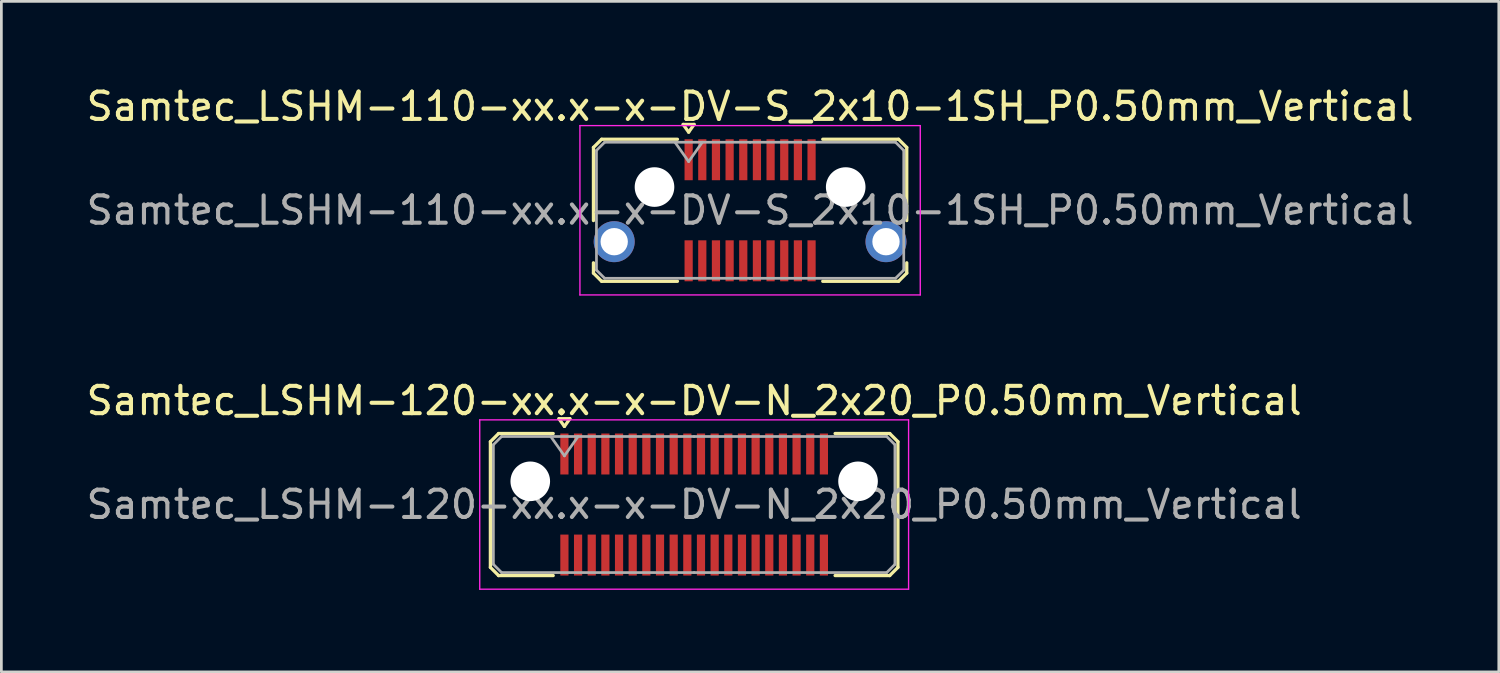
<source format=kicad_pcb>
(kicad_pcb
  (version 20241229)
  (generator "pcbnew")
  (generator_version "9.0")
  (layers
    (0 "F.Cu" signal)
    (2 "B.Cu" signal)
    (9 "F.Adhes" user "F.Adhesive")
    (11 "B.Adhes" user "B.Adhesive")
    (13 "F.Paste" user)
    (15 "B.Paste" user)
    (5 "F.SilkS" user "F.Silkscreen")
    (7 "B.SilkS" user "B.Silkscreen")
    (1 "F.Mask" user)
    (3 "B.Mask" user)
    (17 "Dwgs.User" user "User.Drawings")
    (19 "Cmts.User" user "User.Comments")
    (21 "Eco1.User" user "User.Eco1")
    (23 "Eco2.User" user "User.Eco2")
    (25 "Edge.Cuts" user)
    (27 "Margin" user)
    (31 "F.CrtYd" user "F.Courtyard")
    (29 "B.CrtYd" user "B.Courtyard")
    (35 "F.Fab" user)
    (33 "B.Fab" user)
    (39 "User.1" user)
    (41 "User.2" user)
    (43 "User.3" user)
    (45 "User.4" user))
  (footprint "Samtec_LSHM-110-xx.x-x-DV-S_2x10-1SH_P0.50mm_Vertical"
    (layer "F.Cu")
    (at 24.411 4.648)
    (property "Reference" "Samtec_LSHM-110-xx.x-x-DV-S_2x10-1SH_P0.50mm_Vertical" (at 0 -3.8 0) (layer "F.SilkS") (effects (font (size 1 1) (thickness 0.15))))
    (attr smd)
    (fp_line (start -5.735 -2.3) (end -5.735 0.377) (stroke (width 0.12) (type solid)) (layer "F.SilkS"))
    (fp_line (start -5.735 1.923) (end -5.735 2.3) (stroke (width 0.12) (type solid)) (layer "F.SilkS"))
    (fp_line (start -5.735 2.3) (end -5.435 2.6) (stroke (width 0.12) (type solid)) (layer "F.SilkS"))
    (fp_line (start -5.435 -2.6) (end -5.735 -2.3) (stroke (width 0.12) (type solid)) (layer "F.SilkS"))
    (fp_line (start -5.435 2.6) (end -2.66 2.6) (stroke (width 0.12) (type solid)) (layer "F.SilkS"))
    (fp_line (start -2.66 -2.6) (end -5.435 -2.6) (stroke (width 0.12) (type solid)) (layer "F.SilkS"))
    (fp_line (start -2.45 -3.143) (end -2.05 -3.143) (stroke (width 0.12) (type solid)) (layer "F.SilkS"))
    (fp_line (start -2.25 -2.86) (end -2.45 -3.143) (stroke (width 0.12) (type solid)) (layer "F.SilkS"))
    (fp_line (start -2.05 -3.143) (end -2.25 -2.86) (stroke (width 0.12) (type solid)) (layer "F.SilkS"))
    (fp_line (start 2.66 -2.6) (end 5.435 -2.6) (stroke (width 0.12) (type solid)) (layer "F.SilkS"))
    (fp_line (start 5.435 -2.6) (end 5.735 -2.3) (stroke (width 0.12) (type solid)) (layer "F.SilkS"))
    (fp_line (start 5.435 2.6) (end 2.66 2.6) (stroke (width 0.12) (type solid)) (layer "F.SilkS"))
    (fp_line (start 5.735 -2.3) (end 5.735 0.377) (stroke (width 0.12) (type solid)) (layer "F.SilkS"))
    (fp_line (start 5.735 1.923) (end 5.735 2.3) (stroke (width 0.12) (type solid)) (layer "F.SilkS"))
    (fp_line (start 5.735 2.3) (end 5.435 2.6) (stroke (width 0.12) (type solid)) (layer "F.SilkS"))
    (fp_line (start -6.23 -3.1) (end -6.23 3.1) (stroke (width 0.05) (type solid)) (layer "F.CrtYd"))
    (fp_line (start -6.23 3.1) (end 6.23 3.1) (stroke (width 0.05) (type solid)) (layer "F.CrtYd"))
    (fp_line (start 6.23 -3.1) (end -6.23 -3.1) (stroke (width 0.05) (type solid)) (layer "F.CrtYd"))
    (fp_line (start 6.23 3.1) (end 6.23 -3.1) (stroke (width 0.05) (type solid)) (layer "F.CrtYd"))
    (fp_line (start -5.625 -2.19) (end -5.625 2.19) (stroke (width 0.1) (type solid)) (layer "F.Fab"))
    (fp_line (start -5.625 2.19) (end -5.325 2.49) (stroke (width 0.1) (type solid)) (layer "F.Fab"))
    (fp_line (start -5.325 -2.49) (end -5.625 -2.19) (stroke (width 0.1) (type solid)) (layer "F.Fab"))
    (fp_line (start -5.325 2.49) (end 0 2.49) (stroke (width 0.1) (type solid)) (layer "F.Fab"))
    (fp_line (start -2.75 -2.49) (end -2.25 -1.783) (stroke (width 0.1) (type solid)) (layer "F.Fab"))
    (fp_line (start -2.25 -1.783) (end -1.75 -2.49) (stroke (width 0.1) (type solid)) (layer "F.Fab"))
    (fp_line (start 0 -2.49) (end -5.325 -2.49) (stroke (width 0.1) (type solid)) (layer "F.Fab"))
    (fp_line (start 0 -2.49) (end 5.325 -2.49) (stroke (width 0.1) (type solid)) (layer "F.Fab"))
    (fp_line (start 5.325 -2.49) (end 5.625 -2.19) (stroke (width 0.1) (type solid)) (layer "F.Fab"))
    (fp_line (start 5.325 2.49) (end 0 2.49) (stroke (width 0.1) (type solid)) (layer "F.Fab"))
    (fp_line (start 5.625 -2.19) (end 5.625 2.19) (stroke (width 0.1) (type solid)) (layer "F.Fab"))
    (fp_line (start 5.625 2.19) (end 5.325 2.49) (stroke (width 0.1) (type solid)) (layer "F.Fab"))
    (fp_text user "${REFERENCE}" (at 0 0 0) (layer "F.Fab") (effects (font (size 1 1) (thickness 0.15))))
    (pad "" np_thru_hole circle (at -3.5 -0.85) (size 1.45 1.45) (drill 1.45) (layers "*.Cu" "*.Mask"))
    (pad "" np_thru_hole circle (at 3.5 -0.85) (size 1.45 1.45) (drill 1.45) (layers "*.Cu" "*.Mask"))
    (pad "1" smd rect (at -2.25 -1.85) (size 0.3 1.5) (layers "F.Cu" "F.Mask" "F.Paste"))
    (pad "2" smd rect (at -2.25 1.85) (size 0.3 1.5) (layers "F.Cu" "F.Mask" "F.Paste"))
    (pad "3" smd rect (at -1.75 -1.85) (size 0.3 1.5) (layers "F.Cu" "F.Mask" "F.Paste"))
    (pad "4" smd rect (at -1.75 1.85) (size 0.3 1.5) (layers "F.Cu" "F.Mask" "F.Paste"))
    (pad "5" smd rect (at -1.25 -1.85) (size 0.3 1.5) (layers "F.Cu" "F.Mask" "F.Paste"))
    (pad "6" smd rect (at -1.25 1.85) (size 0.3 1.5) (layers "F.Cu" "F.Mask" "F.Paste"))
    (pad "7" smd rect (at -0.75 -1.85) (size 0.3 1.5) (layers "F.Cu" "F.Mask" "F.Paste"))
    (pad "8" smd rect (at -0.75 1.85) (size 0.3 1.5) (layers "F.Cu" "F.Mask" "F.Paste"))
    (pad "9" smd rect (at -0.25 -1.85) (size 0.3 1.5) (layers "F.Cu" "F.Mask" "F.Paste"))
    (pad "10" smd rect (at -0.25 1.85) (size 0.3 1.5) (layers "F.Cu" "F.Mask" "F.Paste"))
    (pad "11" smd rect (at 0.25 -1.85) (size 0.3 1.5) (layers "F.Cu" "F.Mask" "F.Paste"))
    (pad "12" smd rect (at 0.25 1.85) (size 0.3 1.5) (layers "F.Cu" "F.Mask" "F.Paste"))
    (pad "13" smd rect (at 0.75 -1.85) (size 0.3 1.5) (layers "F.Cu" "F.Mask" "F.Paste"))
    (pad "14" smd rect (at 0.75 1.85) (size 0.3 1.5) (layers "F.Cu" "F.Mask" "F.Paste"))
    (pad "15" smd rect (at 1.25 -1.85) (size 0.3 1.5) (layers "F.Cu" "F.Mask" "F.Paste"))
    (pad "16" smd rect (at 1.25 1.85) (size 0.3 1.5) (layers "F.Cu" "F.Mask" "F.Paste"))
    (pad "17" smd rect (at 1.75 -1.85) (size 0.3 1.5) (layers "F.Cu" "F.Mask" "F.Paste"))
    (pad "18" smd rect (at 1.75 1.85) (size 0.3 1.5) (layers "F.Cu" "F.Mask" "F.Paste"))
    (pad "19" smd rect (at 2.25 -1.85) (size 0.3 1.5) (layers "F.Cu" "F.Mask" "F.Paste"))
    (pad "20" smd rect (at 2.25 1.85) (size 0.3 1.5) (layers "F.Cu" "F.Mask" "F.Paste"))
    (pad "SH" thru_hole circle (at -4.975 1.15) (size 1.5 1.5) (drill 1) (layers "*.Cu" "*.Mask"))
    (pad "SH" thru_hole circle (at 4.975 1.15) (size 1.5 1.5) (drill 1) (layers "*.Cu" "*.Mask")))
  (footprint "Samtec_LSHM-120-xx.x-x-DV-N_2x20_P0.50mm_Vertical"
    (layer "F.Cu")
    (at 22.363 15.421)
    (property "Reference" "Samtec_LSHM-120-xx.x-x-DV-N_2x20_P0.50mm_Vertical" (at 0 -3.8 0) (layer "F.SilkS") (effects (font (size 1 1) (thickness 0.15))))
    (attr smd)
    (fp_line (start -7.46 -2.3) (end -7.46 2.3) (stroke (width 0.12) (type solid)) (layer "F.SilkS"))
    (fp_line (start -7.46 2.3) (end -7.16 2.6) (stroke (width 0.12) (type solid)) (layer "F.SilkS"))
    (fp_line (start -7.16 -2.6) (end -7.46 -2.3) (stroke (width 0.12) (type solid)) (layer "F.SilkS"))
    (fp_line (start -7.16 2.6) (end -5.16 2.6) (stroke (width 0.12) (type solid)) (layer "F.SilkS"))
    (fp_line (start -5.16 -2.6) (end -7.16 -2.6) (stroke (width 0.12) (type solid)) (layer "F.SilkS"))
    (fp_line (start -4.95 -3.143) (end -4.55 -3.143) (stroke (width 0.12) (type solid)) (layer "F.SilkS"))
    (fp_line (start -4.75 -2.86) (end -4.95 -3.143) (stroke (width 0.12) (type solid)) (layer "F.SilkS"))
    (fp_line (start -4.55 -3.143) (end -4.75 -2.86) (stroke (width 0.12) (type solid)) (layer "F.SilkS"))
    (fp_line (start 5.16 -2.6) (end 7.16 -2.6) (stroke (width 0.12) (type solid)) (layer "F.SilkS"))
    (fp_line (start 7.16 -2.6) (end 7.46 -2.3) (stroke (width 0.12) (type solid)) (layer "F.SilkS"))
    (fp_line (start 7.16 2.6) (end 5.16 2.6) (stroke (width 0.12) (type solid)) (layer "F.SilkS"))
    (fp_line (start 7.46 -2.3) (end 7.46 2.3) (stroke (width 0.12) (type solid)) (layer "F.SilkS"))
    (fp_line (start 7.46 2.3) (end 7.16 2.6) (stroke (width 0.12) (type solid)) (layer "F.SilkS"))
    (fp_line (start -7.85 -3.1) (end -7.85 3.1) (stroke (width 0.05) (type solid)) (layer "F.CrtYd"))
    (fp_line (start -7.85 3.1) (end 7.85 3.1) (stroke (width 0.05) (type solid)) (layer "F.CrtYd"))
    (fp_line (start 7.85 -3.1) (end -7.85 -3.1) (stroke (width 0.05) (type solid)) (layer "F.CrtYd"))
    (fp_line (start 7.85 3.1) (end 7.85 -3.1) (stroke (width 0.05) (type solid)) (layer "F.CrtYd"))
    (fp_line (start -7.35 -2.19) (end -7.35 2.19) (stroke (width 0.1) (type solid)) (layer "F.Fab"))
    (fp_line (start -7.35 2.19) (end -7.05 2.49) (stroke (width 0.1) (type solid)) (layer "F.Fab"))
    (fp_line (start -7.05 -2.49) (end -7.35 -2.19) (stroke (width 0.1) (type solid)) (layer "F.Fab"))
    (fp_line (start -7.05 2.49) (end 0 2.49) (stroke (width 0.1) (type solid)) (layer "F.Fab"))
    (fp_line (start -5.25 -2.49) (end -4.75 -1.783) (stroke (width 0.1) (type solid)) (layer "F.Fab"))
    (fp_line (start -4.75 -1.783) (end -4.25 -2.49) (stroke (width 0.1) (type solid)) (layer "F.Fab"))
    (fp_line (start 0 -2.49) (end -7.05 -2.49) (stroke (width 0.1) (type solid)) (layer "F.Fab"))
    (fp_line (start 0 -2.49) (end 7.05 -2.49) (stroke (width 0.1) (type solid)) (layer "F.Fab"))
    (fp_line (start 7.05 -2.49) (end 7.35 -2.19) (stroke (width 0.1) (type solid)) (layer "F.Fab"))
    (fp_line (start 7.05 2.49) (end 0 2.49) (stroke (width 0.1) (type solid)) (layer "F.Fab"))
    (fp_line (start 7.35 -2.19) (end 7.35 2.19) (stroke (width 0.1) (type solid)) (layer "F.Fab"))
    (fp_line (start 7.35 2.19) (end 7.05 2.49) (stroke (width 0.1) (type solid)) (layer "F.Fab"))
    (fp_text user "${REFERENCE}" (at 0 0 0) (layer "F.Fab") (effects (font (size 1 1) (thickness 0.15))))
    (pad "" np_thru_hole circle (at -6 -0.85) (size 1.45 1.45) (drill 1.45) (layers "*.Cu" "*.Mask"))
    (pad "" np_thru_hole circle (at 6 -0.85) (size 1.45 1.45) (drill 1.45) (layers "*.Cu" "*.Mask"))
    (pad "1" smd rect (at -4.75 -1.85) (size 0.3 1.5) (layers "F.Cu" "F.Mask" "F.Paste"))
    (pad "2" smd rect (at -4.75 1.85) (size 0.3 1.5) (layers "F.Cu" "F.Mask" "F.Paste"))
    (pad "3" smd rect (at -4.25 -1.85) (size 0.3 1.5) (layers "F.Cu" "F.Mask" "F.Paste"))
    (pad "4" smd rect (at -4.25 1.85) (size 0.3 1.5) (layers "F.Cu" "F.Mask" "F.Paste"))
    (pad "5" smd rect (at -3.75 -1.85) (size 0.3 1.5) (layers "F.Cu" "F.Mask" "F.Paste"))
    (pad "6" smd rect (at -3.75 1.85) (size 0.3 1.5) (layers "F.Cu" "F.Mask" "F.Paste"))
    (pad "7" smd rect (at -3.25 -1.85) (size 0.3 1.5) (layers "F.Cu" "F.Mask" "F.Paste"))
    (pad "8" smd rect (at -3.25 1.85) (size 0.3 1.5) (layers "F.Cu" "F.Mask" "F.Paste"))
    (pad "9" smd rect (at -2.75 -1.85) (size 0.3 1.5) (layers "F.Cu" "F.Mask" "F.Paste"))
    (pad "10" smd rect (at -2.75 1.85) (size 0.3 1.5) (layers "F.Cu" "F.Mask" "F.Paste"))
    (pad "11" smd rect (at -2.25 -1.85) (size 0.3 1.5) (layers "F.Cu" "F.Mask" "F.Paste"))
    (pad "12" smd rect (at -2.25 1.85) (size 0.3 1.5) (layers "F.Cu" "F.Mask" "F.Paste"))
    (pad "13" smd rect (at -1.75 -1.85) (size 0.3 1.5) (layers "F.Cu" "F.Mask" "F.Paste"))
    (pad "14" smd rect (at -1.75 1.85) (size 0.3 1.5) (layers "F.Cu" "F.Mask" "F.Paste"))
    (pad "15" smd rect (at -1.25 -1.85) (size 0.3 1.5) (layers "F.Cu" "F.Mask" "F.Paste"))
    (pad "16" smd rect (at -1.25 1.85) (size 0.3 1.5) (layers "F.Cu" "F.Mask" "F.Paste"))
    (pad "17" smd rect (at -0.75 -1.85) (size 0.3 1.5) (layers "F.Cu" "F.Mask" "F.Paste"))
    (pad "18" smd rect (at -0.75 1.85) (size 0.3 1.5) (layers "F.Cu" "F.Mask" "F.Paste"))
    (pad "19" smd rect (at -0.25 -1.85) (size 0.3 1.5) (layers "F.Cu" "F.Mask" "F.Paste"))
    (pad "20" smd rect (at -0.25 1.85) (size 0.3 1.5) (layers "F.Cu" "F.Mask" "F.Paste"))
    (pad "21" smd rect (at 0.25 -1.85) (size 0.3 1.5) (layers "F.Cu" "F.Mask" "F.Paste"))
    (pad "22" smd rect (at 0.25 1.85) (size 0.3 1.5) (layers "F.Cu" "F.Mask" "F.Paste"))
    (pad "23" smd rect (at 0.75 -1.85) (size 0.3 1.5) (layers "F.Cu" "F.Mask" "F.Paste"))
    (pad "24" smd rect (at 0.75 1.85) (size 0.3 1.5) (layers "F.Cu" "F.Mask" "F.Paste"))
    (pad "25" smd rect (at 1.25 -1.85) (size 0.3 1.5) (layers "F.Cu" "F.Mask" "F.Paste"))
    (pad "26" smd rect (at 1.25 1.85) (size 0.3 1.5) (layers "F.Cu" "F.Mask" "F.Paste"))
    (pad "27" smd rect (at 1.75 -1.85) (size 0.3 1.5) (layers "F.Cu" "F.Mask" "F.Paste"))
    (pad "28" smd rect (at 1.75 1.85) (size 0.3 1.5) (layers "F.Cu" "F.Mask" "F.Paste"))
    (pad "29" smd rect (at 2.25 -1.85) (size 0.3 1.5) (layers "F.Cu" "F.Mask" "F.Paste"))
    (pad "30" smd rect (at 2.25 1.85) (size 0.3 1.5) (layers "F.Cu" "F.Mask" "F.Paste"))
    (pad "31" smd rect (at 2.75 -1.85) (size 0.3 1.5) (layers "F.Cu" "F.Mask" "F.Paste"))
    (pad "32" smd rect (at 2.75 1.85) (size 0.3 1.5) (layers "F.Cu" "F.Mask" "F.Paste"))
    (pad "33" smd rect (at 3.25 -1.85) (size 0.3 1.5) (layers "F.Cu" "F.Mask" "F.Paste"))
    (pad "34" smd rect (at 3.25 1.85) (size 0.3 1.5) (layers "F.Cu" "F.Mask" "F.Paste"))
    (pad "35" smd rect (at 3.75 -1.85) (size 0.3 1.5) (layers "F.Cu" "F.Mask" "F.Paste"))
    (pad "36" smd rect (at 3.75 1.85) (size 0.3 1.5) (layers "F.Cu" "F.Mask" "F.Paste"))
    (pad "37" smd rect (at 4.25 -1.85) (size 0.3 1.5) (layers "F.Cu" "F.Mask" "F.Paste"))
    (pad "38" smd rect (at 4.25 1.85) (size 0.3 1.5) (layers "F.Cu" "F.Mask" "F.Paste"))
    (pad "39" smd rect (at 4.75 -1.85) (size 0.3 1.5) (layers "F.Cu" "F.Mask" "F.Paste"))
    (pad "40" smd rect (at 4.75 1.85) (size 0.3 1.5) (layers "F.Cu" "F.Mask" "F.Paste")))
  (gr_rect
    (start -3 -3)
    (end 51.821 21.547)
    (stroke (width 0.1) (type default))
    (fill no)
    (layer "Edge.Cuts")))
</source>
